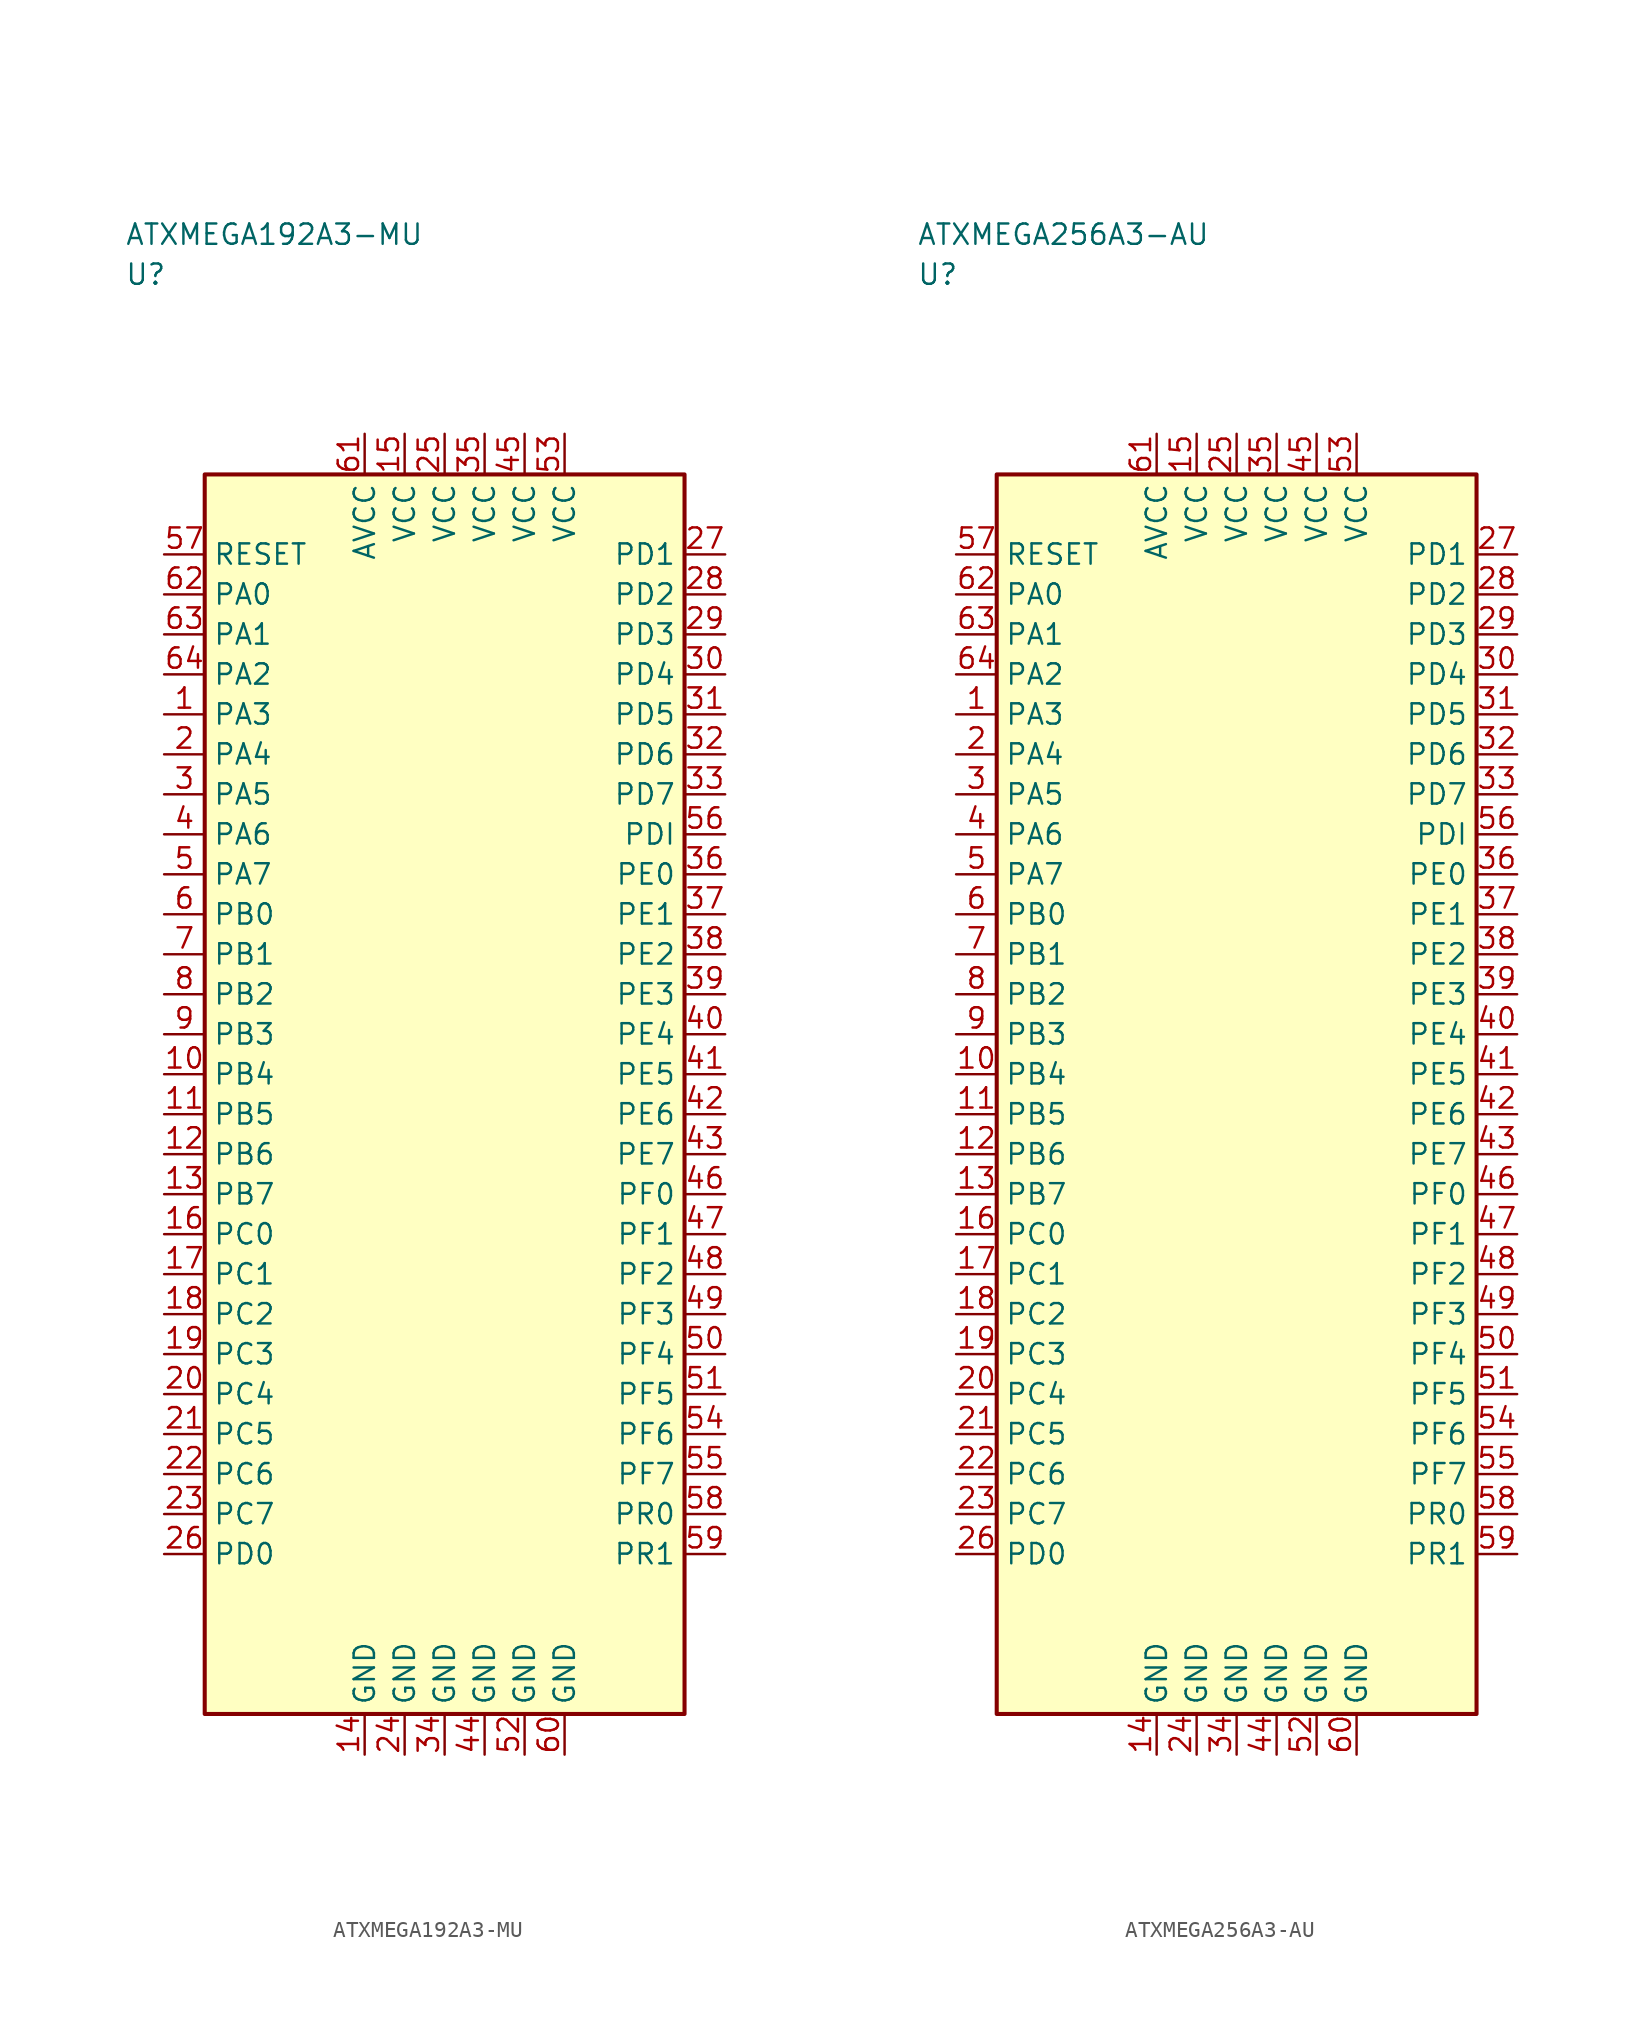
<source format=kicad_sym>
(kicad_symbol_lib
  (version 20241025)
  (generator "kicad_symbol_editor")
  (generator_version "8.0")
  (symbol "ATXMEGA192A3-MU"
    (property "Reference" "U"
      (at -20.0 51.25 0)
      (effects (font (size 1.27 1.27)) (justify left)))
    (property "Value" "ATXMEGA192A3-MU"
      (at -20.0 53.75 0)
      (effects (font (size 1.27 1.27)) (justify left)))
    (symbol "ATXMEGA192A3-MU_0_1"
      (rectangle (start -15.0 38.75) (end 15.0 -38.75) (stroke (width 0.254) (type default)) (fill (type background))))
    (symbol "ATXMEGA192A3-MU_1_1"
      (pin bidirectional line (at -17.54 23.75 0.0) (length 2.54) (name "PA3" (effects (font (size 1.27 1.27)))) (number "1" (effects (font (size 1.27 1.27)))))
      (pin bidirectional line (at -17.54 21.25 0.0) (length 2.54) (name "PA4" (effects (font (size 1.27 1.27)))) (number "2" (effects (font (size 1.27 1.27)))))
      (pin bidirectional line (at -17.54 18.75 0.0) (length 2.54) (name "PA5" (effects (font (size 1.27 1.27)))) (number "3" (effects (font (size 1.27 1.27)))))
      (pin bidirectional line (at -17.54 16.25 0.0) (length 2.54) (name "PA6" (effects (font (size 1.27 1.27)))) (number "4" (effects (font (size 1.27 1.27)))))
      (pin bidirectional line (at -17.54 13.75 0.0) (length 2.54) (name "PA7" (effects (font (size 1.27 1.27)))) (number "5" (effects (font (size 1.27 1.27)))))
      (pin bidirectional line (at -17.54 11.25 0.0) (length 2.54) (name "PB0" (effects (font (size 1.27 1.27)))) (number "6" (effects (font (size 1.27 1.27)))))
      (pin bidirectional line (at -17.54 8.75 0.0) (length 2.54) (name "PB1" (effects (font (size 1.27 1.27)))) (number "7" (effects (font (size 1.27 1.27)))))
      (pin bidirectional line (at -17.54 6.25 0.0) (length 2.54) (name "PB2" (effects (font (size 1.27 1.27)))) (number "8" (effects (font (size 1.27 1.27)))))
      (pin bidirectional line (at -17.54 3.75 0.0) (length 2.54) (name "PB3" (effects (font (size 1.27 1.27)))) (number "9" (effects (font (size 1.27 1.27)))))
      (pin bidirectional line (at -17.54 1.25 0.0) (length 2.54) (name "PB4" (effects (font (size 1.27 1.27)))) (number "10" (effects (font (size 1.27 1.27)))))
      (pin bidirectional line (at -17.54 -1.25 0.0) (length 2.54) (name "PB5" (effects (font (size 1.27 1.27)))) (number "11" (effects (font (size 1.27 1.27)))))
      (pin bidirectional line (at -17.54 -3.75 0.0) (length 2.54) (name "PB6" (effects (font (size 1.27 1.27)))) (number "12" (effects (font (size 1.27 1.27)))))
      (pin bidirectional line (at -17.54 -6.25 0.0) (length 2.54) (name "PB7" (effects (font (size 1.27 1.27)))) (number "13" (effects (font (size 1.27 1.27)))))
      (pin passive line (at -5.0 -41.29 90.0) (length 2.54) (name "GND" (effects (font (size 1.27 1.27)))) (number "14" (effects (font (size 1.27 1.27)))))
      (pin power_in line (at -2.5 41.29 270.0) (length 2.54) (name "VCC" (effects (font (size 1.27 1.27)))) (number "15" (effects (font (size 1.27 1.27)))))
      (pin bidirectional line (at -17.54 -8.75 0.0) (length 2.54) (name "PC0" (effects (font (size 1.27 1.27)))) (number "16" (effects (font (size 1.27 1.27)))))
      (pin bidirectional line (at -17.54 -11.25 0.0) (length 2.54) (name "PC1" (effects (font (size 1.27 1.27)))) (number "17" (effects (font (size 1.27 1.27)))))
      (pin bidirectional line (at -17.54 -13.75 0.0) (length 2.54) (name "PC2" (effects (font (size 1.27 1.27)))) (number "18" (effects (font (size 1.27 1.27)))))
      (pin bidirectional line (at -17.54 -16.25 0.0) (length 2.54) (name "PC3" (effects (font (size 1.27 1.27)))) (number "19" (effects (font (size 1.27 1.27)))))
      (pin bidirectional line (at -17.54 -18.75 0.0) (length 2.54) (name "PC4" (effects (font (size 1.27 1.27)))) (number "20" (effects (font (size 1.27 1.27)))))
      (pin bidirectional line (at -17.54 -21.25 0.0) (length 2.54) (name "PC5" (effects (font (size 1.27 1.27)))) (number "21" (effects (font (size 1.27 1.27)))))
      (pin bidirectional line (at -17.54 -23.75 0.0) (length 2.54) (name "PC6" (effects (font (size 1.27 1.27)))) (number "22" (effects (font (size 1.27 1.27)))))
      (pin bidirectional line (at -17.54 -26.25 0.0) (length 2.54) (name "PC7" (effects (font (size 1.27 1.27)))) (number "23" (effects (font (size 1.27 1.27)))))
      (pin passive line (at -2.5 -41.29 90.0) (length 2.54) (name "GND" (effects (font (size 1.27 1.27)))) (number "24" (effects (font (size 1.27 1.27)))))
      (pin power_in line (at 0.0 41.29 270.0) (length 2.54) (name "VCC" (effects (font (size 1.27 1.27)))) (number "25" (effects (font (size 1.27 1.27)))))
      (pin bidirectional line (at -17.54 -28.75 0.0) (length 2.54) (name "PD0" (effects (font (size 1.27 1.27)))) (number "26" (effects (font (size 1.27 1.27)))))
      (pin bidirectional line (at 17.54 33.75 180.0) (length 2.54) (name "PD1" (effects (font (size 1.27 1.27)))) (number "27" (effects (font (size 1.27 1.27)))))
      (pin bidirectional line (at 17.54 31.25 180.0) (length 2.54) (name "PD2" (effects (font (size 1.27 1.27)))) (number "28" (effects (font (size 1.27 1.27)))))
      (pin bidirectional line (at 17.54 28.75 180.0) (length 2.54) (name "PD3" (effects (font (size 1.27 1.27)))) (number "29" (effects (font (size 1.27 1.27)))))
      (pin bidirectional line (at 17.54 26.25 180.0) (length 2.54) (name "PD4" (effects (font (size 1.27 1.27)))) (number "30" (effects (font (size 1.27 1.27)))))
      (pin bidirectional line (at 17.54 23.75 180.0) (length 2.54) (name "PD5" (effects (font (size 1.27 1.27)))) (number "31" (effects (font (size 1.27 1.27)))))
      (pin bidirectional line (at 17.54 21.25 180.0) (length 2.54) (name "PD6" (effects (font (size 1.27 1.27)))) (number "32" (effects (font (size 1.27 1.27)))))
      (pin bidirectional line (at 17.54 18.75 180.0) (length 2.54) (name "PD7" (effects (font (size 1.27 1.27)))) (number "33" (effects (font (size 1.27 1.27)))))
      (pin passive line (at 0.0 -41.29 90.0) (length 2.54) (name "GND" (effects (font (size 1.27 1.27)))) (number "34" (effects (font (size 1.27 1.27)))))
      (pin power_in line (at 2.5 41.29 270.0) (length 2.54) (name "VCC" (effects (font (size 1.27 1.27)))) (number "35" (effects (font (size 1.27 1.27)))))
      (pin bidirectional line (at 17.54 13.75 180.0) (length 2.54) (name "PE0" (effects (font (size 1.27 1.27)))) (number "36" (effects (font (size 1.27 1.27)))))
      (pin bidirectional line (at 17.54 11.25 180.0) (length 2.54) (name "PE1" (effects (font (size 1.27 1.27)))) (number "37" (effects (font (size 1.27 1.27)))))
      (pin bidirectional line (at 17.54 8.75 180.0) (length 2.54) (name "PE2" (effects (font (size 1.27 1.27)))) (number "38" (effects (font (size 1.27 1.27)))))
      (pin bidirectional line (at 17.54 6.25 180.0) (length 2.54) (name "PE3" (effects (font (size 1.27 1.27)))) (number "39" (effects (font (size 1.27 1.27)))))
      (pin bidirectional line (at 17.54 3.75 180.0) (length 2.54) (name "PE4" (effects (font (size 1.27 1.27)))) (number "40" (effects (font (size 1.27 1.27)))))
      (pin bidirectional line (at 17.54 1.25 180.0) (length 2.54) (name "PE5" (effects (font (size 1.27 1.27)))) (number "41" (effects (font (size 1.27 1.27)))))
      (pin bidirectional line (at 17.54 -1.25 180.0) (length 2.54) (name "PE6" (effects (font (size 1.27 1.27)))) (number "42" (effects (font (size 1.27 1.27)))))
      (pin bidirectional line (at 17.54 -3.75 180.0) (length 2.54) (name "PE7" (effects (font (size 1.27 1.27)))) (number "43" (effects (font (size 1.27 1.27)))))
      (pin passive line (at 2.5 -41.29 90.0) (length 2.54) (name "GND" (effects (font (size 1.27 1.27)))) (number "44" (effects (font (size 1.27 1.27)))))
      (pin power_in line (at 5.0 41.29 270.0) (length 2.54) (name "VCC" (effects (font (size 1.27 1.27)))) (number "45" (effects (font (size 1.27 1.27)))))
      (pin bidirectional line (at 17.54 -6.25 180.0) (length 2.54) (name "PF0" (effects (font (size 1.27 1.27)))) (number "46" (effects (font (size 1.27 1.27)))))
      (pin bidirectional line (at 17.54 -8.75 180.0) (length 2.54) (name "PF1" (effects (font (size 1.27 1.27)))) (number "47" (effects (font (size 1.27 1.27)))))
      (pin bidirectional line (at 17.54 -11.25 180.0) (length 2.54) (name "PF2" (effects (font (size 1.27 1.27)))) (number "48" (effects (font (size 1.27 1.27)))))
      (pin bidirectional line (at 17.54 -13.75 180.0) (length 2.54) (name "PF3" (effects (font (size 1.27 1.27)))) (number "49" (effects (font (size 1.27 1.27)))))
      (pin bidirectional line (at 17.54 -16.25 180.0) (length 2.54) (name "PF4" (effects (font (size 1.27 1.27)))) (number "50" (effects (font (size 1.27 1.27)))))
      (pin bidirectional line (at 17.54 -18.75 180.0) (length 2.54) (name "PF5" (effects (font (size 1.27 1.27)))) (number "51" (effects (font (size 1.27 1.27)))))
      (pin passive line (at 5.0 -41.29 90.0) (length 2.54) (name "GND" (effects (font (size 1.27 1.27)))) (number "52" (effects (font (size 1.27 1.27)))))
      (pin power_in line (at 7.5 41.29 270.0) (length 2.54) (name "VCC" (effects (font (size 1.27 1.27)))) (number "53" (effects (font (size 1.27 1.27)))))
      (pin bidirectional line (at 17.54 -21.25 180.0) (length 2.54) (name "PF6" (effects (font (size 1.27 1.27)))) (number "54" (effects (font (size 1.27 1.27)))))
      (pin bidirectional line (at 17.54 -23.75 180.0) (length 2.54) (name "PF7" (effects (font (size 1.27 1.27)))) (number "55" (effects (font (size 1.27 1.27)))))
      (pin bidirectional line (at 17.54 16.25 180.0) (length 2.54) (name "PDI" (effects (font (size 1.27 1.27)))) (number "56" (effects (font (size 1.27 1.27)))))
      (pin input line (at -17.54 33.75 0.0) (length 2.54) (name "RESET" (effects (font (size 1.27 1.27)))) (number "57" (effects (font (size 1.27 1.27)))))
      (pin bidirectional line (at 17.54 -26.25 180.0) (length 2.54) (name "PR0" (effects (font (size 1.27 1.27)))) (number "58" (effects (font (size 1.27 1.27)))))
      (pin bidirectional line (at 17.54 -28.75 180.0) (length 2.54) (name "PR1" (effects (font (size 1.27 1.27)))) (number "59" (effects (font (size 1.27 1.27)))))
      (pin passive line (at 7.5 -41.29 90.0) (length 2.54) (name "GND" (effects (font (size 1.27 1.27)))) (number "60" (effects (font (size 1.27 1.27)))))
      (pin power_in line (at -5.0 41.29 270.0) (length 2.54) (name "AVCC" (effects (font (size 1.27 1.27)))) (number "61" (effects (font (size 1.27 1.27)))))
      (pin bidirectional line (at -17.54 31.25 0.0) (length 2.54) (name "PA0" (effects (font (size 1.27 1.27)))) (number "62" (effects (font (size 1.27 1.27)))))
      (pin bidirectional line (at -17.54 28.75 0.0) (length 2.54) (name "PA1" (effects (font (size 1.27 1.27)))) (number "63" (effects (font (size 1.27 1.27)))))
      (pin bidirectional line (at -17.54 26.25 0.0) (length 2.54) (name "PA2" (effects (font (size 1.27 1.27)))) (number "64" (effects (font (size 1.27 1.27)))))))
  (symbol "ATXMEGA256A3-AU"
    (property "Reference" "U"
      (at -20.0 51.25 0)
      (effects (font (size 1.27 1.27)) (justify left)))
    (property "Value" "ATXMEGA256A3-AU"
      (at -20.0 53.75 0)
      (effects (font (size 1.27 1.27)) (justify left)))
    (symbol "ATXMEGA256A3-AU_0_1"
      (rectangle (start -15.0 38.75) (end 15.0 -38.75) (stroke (width 0.254) (type default)) (fill (type background))))
    (symbol "ATXMEGA256A3-AU_1_1"
      (pin bidirectional line (at -17.54 23.75 0.0) (length 2.54) (name "PA3" (effects (font (size 1.27 1.27)))) (number "1" (effects (font (size 1.27 1.27)))))
      (pin bidirectional line (at -17.54 21.25 0.0) (length 2.54) (name "PA4" (effects (font (size 1.27 1.27)))) (number "2" (effects (font (size 1.27 1.27)))))
      (pin bidirectional line (at -17.54 18.75 0.0) (length 2.54) (name "PA5" (effects (font (size 1.27 1.27)))) (number "3" (effects (font (size 1.27 1.27)))))
      (pin bidirectional line (at -17.54 16.25 0.0) (length 2.54) (name "PA6" (effects (font (size 1.27 1.27)))) (number "4" (effects (font (size 1.27 1.27)))))
      (pin bidirectional line (at -17.54 13.75 0.0) (length 2.54) (name "PA7" (effects (font (size 1.27 1.27)))) (number "5" (effects (font (size 1.27 1.27)))))
      (pin bidirectional line (at -17.54 11.25 0.0) (length 2.54) (name "PB0" (effects (font (size 1.27 1.27)))) (number "6" (effects (font (size 1.27 1.27)))))
      (pin bidirectional line (at -17.54 8.75 0.0) (length 2.54) (name "PB1" (effects (font (size 1.27 1.27)))) (number "7" (effects (font (size 1.27 1.27)))))
      (pin bidirectional line (at -17.54 6.25 0.0) (length 2.54) (name "PB2" (effects (font (size 1.27 1.27)))) (number "8" (effects (font (size 1.27 1.27)))))
      (pin bidirectional line (at -17.54 3.75 0.0) (length 2.54) (name "PB3" (effects (font (size 1.27 1.27)))) (number "9" (effects (font (size 1.27 1.27)))))
      (pin bidirectional line (at -17.54 1.25 0.0) (length 2.54) (name "PB4" (effects (font (size 1.27 1.27)))) (number "10" (effects (font (size 1.27 1.27)))))
      (pin bidirectional line (at -17.54 -1.25 0.0) (length 2.54) (name "PB5" (effects (font (size 1.27 1.27)))) (number "11" (effects (font (size 1.27 1.27)))))
      (pin bidirectional line (at -17.54 -3.75 0.0) (length 2.54) (name "PB6" (effects (font (size 1.27 1.27)))) (number "12" (effects (font (size 1.27 1.27)))))
      (pin bidirectional line (at -17.54 -6.25 0.0) (length 2.54) (name "PB7" (effects (font (size 1.27 1.27)))) (number "13" (effects (font (size 1.27 1.27)))))
      (pin passive line (at -5.0 -41.29 90.0) (length 2.54) (name "GND" (effects (font (size 1.27 1.27)))) (number "14" (effects (font (size 1.27 1.27)))))
      (pin power_in line (at -2.5 41.29 270.0) (length 2.54) (name "VCC" (effects (font (size 1.27 1.27)))) (number "15" (effects (font (size 1.27 1.27)))))
      (pin bidirectional line (at -17.54 -8.75 0.0) (length 2.54) (name "PC0" (effects (font (size 1.27 1.27)))) (number "16" (effects (font (size 1.27 1.27)))))
      (pin bidirectional line (at -17.54 -11.25 0.0) (length 2.54) (name "PC1" (effects (font (size 1.27 1.27)))) (number "17" (effects (font (size 1.27 1.27)))))
      (pin bidirectional line (at -17.54 -13.75 0.0) (length 2.54) (name "PC2" (effects (font (size 1.27 1.27)))) (number "18" (effects (font (size 1.27 1.27)))))
      (pin bidirectional line (at -17.54 -16.25 0.0) (length 2.54) (name "PC3" (effects (font (size 1.27 1.27)))) (number "19" (effects (font (size 1.27 1.27)))))
      (pin bidirectional line (at -17.54 -18.75 0.0) (length 2.54) (name "PC4" (effects (font (size 1.27 1.27)))) (number "20" (effects (font (size 1.27 1.27)))))
      (pin bidirectional line (at -17.54 -21.25 0.0) (length 2.54) (name "PC5" (effects (font (size 1.27 1.27)))) (number "21" (effects (font (size 1.27 1.27)))))
      (pin bidirectional line (at -17.54 -23.75 0.0) (length 2.54) (name "PC6" (effects (font (size 1.27 1.27)))) (number "22" (effects (font (size 1.27 1.27)))))
      (pin bidirectional line (at -17.54 -26.25 0.0) (length 2.54) (name "PC7" (effects (font (size 1.27 1.27)))) (number "23" (effects (font (size 1.27 1.27)))))
      (pin passive line (at -2.5 -41.29 90.0) (length 2.54) (name "GND" (effects (font (size 1.27 1.27)))) (number "24" (effects (font (size 1.27 1.27)))))
      (pin power_in line (at 0.0 41.29 270.0) (length 2.54) (name "VCC" (effects (font (size 1.27 1.27)))) (number "25" (effects (font (size 1.27 1.27)))))
      (pin bidirectional line (at -17.54 -28.75 0.0) (length 2.54) (name "PD0" (effects (font (size 1.27 1.27)))) (number "26" (effects (font (size 1.27 1.27)))))
      (pin bidirectional line (at 17.54 33.75 180.0) (length 2.54) (name "PD1" (effects (font (size 1.27 1.27)))) (number "27" (effects (font (size 1.27 1.27)))))
      (pin bidirectional line (at 17.54 31.25 180.0) (length 2.54) (name "PD2" (effects (font (size 1.27 1.27)))) (number "28" (effects (font (size 1.27 1.27)))))
      (pin bidirectional line (at 17.54 28.75 180.0) (length 2.54) (name "PD3" (effects (font (size 1.27 1.27)))) (number "29" (effects (font (size 1.27 1.27)))))
      (pin bidirectional line (at 17.54 26.25 180.0) (length 2.54) (name "PD4" (effects (font (size 1.27 1.27)))) (number "30" (effects (font (size 1.27 1.27)))))
      (pin bidirectional line (at 17.54 23.75 180.0) (length 2.54) (name "PD5" (effects (font (size 1.27 1.27)))) (number "31" (effects (font (size 1.27 1.27)))))
      (pin bidirectional line (at 17.54 21.25 180.0) (length 2.54) (name "PD6" (effects (font (size 1.27 1.27)))) (number "32" (effects (font (size 1.27 1.27)))))
      (pin bidirectional line (at 17.54 18.75 180.0) (length 2.54) (name "PD7" (effects (font (size 1.27 1.27)))) (number "33" (effects (font (size 1.27 1.27)))))
      (pin passive line (at 0.0 -41.29 90.0) (length 2.54) (name "GND" (effects (font (size 1.27 1.27)))) (number "34" (effects (font (size 1.27 1.27)))))
      (pin power_in line (at 2.5 41.29 270.0) (length 2.54) (name "VCC" (effects (font (size 1.27 1.27)))) (number "35" (effects (font (size 1.27 1.27)))))
      (pin bidirectional line (at 17.54 13.75 180.0) (length 2.54) (name "PE0" (effects (font (size 1.27 1.27)))) (number "36" (effects (font (size 1.27 1.27)))))
      (pin bidirectional line (at 17.54 11.25 180.0) (length 2.54) (name "PE1" (effects (font (size 1.27 1.27)))) (number "37" (effects (font (size 1.27 1.27)))))
      (pin bidirectional line (at 17.54 8.75 180.0) (length 2.54) (name "PE2" (effects (font (size 1.27 1.27)))) (number "38" (effects (font (size 1.27 1.27)))))
      (pin bidirectional line (at 17.54 6.25 180.0) (length 2.54) (name "PE3" (effects (font (size 1.27 1.27)))) (number "39" (effects (font (size 1.27 1.27)))))
      (pin bidirectional line (at 17.54 3.75 180.0) (length 2.54) (name "PE4" (effects (font (size 1.27 1.27)))) (number "40" (effects (font (size 1.27 1.27)))))
      (pin bidirectional line (at 17.54 1.25 180.0) (length 2.54) (name "PE5" (effects (font (size 1.27 1.27)))) (number "41" (effects (font (size 1.27 1.27)))))
      (pin bidirectional line (at 17.54 -1.25 180.0) (length 2.54) (name "PE6" (effects (font (size 1.27 1.27)))) (number "42" (effects (font (size 1.27 1.27)))))
      (pin bidirectional line (at 17.54 -3.75 180.0) (length 2.54) (name "PE7" (effects (font (size 1.27 1.27)))) (number "43" (effects (font (size 1.27 1.27)))))
      (pin passive line (at 2.5 -41.29 90.0) (length 2.54) (name "GND" (effects (font (size 1.27 1.27)))) (number "44" (effects (font (size 1.27 1.27)))))
      (pin power_in line (at 5.0 41.29 270.0) (length 2.54) (name "VCC" (effects (font (size 1.27 1.27)))) (number "45" (effects (font (size 1.27 1.27)))))
      (pin bidirectional line (at 17.54 -6.25 180.0) (length 2.54) (name "PF0" (effects (font (size 1.27 1.27)))) (number "46" (effects (font (size 1.27 1.27)))))
      (pin bidirectional line (at 17.54 -8.75 180.0) (length 2.54) (name "PF1" (effects (font (size 1.27 1.27)))) (number "47" (effects (font (size 1.27 1.27)))))
      (pin bidirectional line (at 17.54 -11.25 180.0) (length 2.54) (name "PF2" (effects (font (size 1.27 1.27)))) (number "48" (effects (font (size 1.27 1.27)))))
      (pin bidirectional line (at 17.54 -13.75 180.0) (length 2.54) (name "PF3" (effects (font (size 1.27 1.27)))) (number "49" (effects (font (size 1.27 1.27)))))
      (pin bidirectional line (at 17.54 -16.25 180.0) (length 2.54) (name "PF4" (effects (font (size 1.27 1.27)))) (number "50" (effects (font (size 1.27 1.27)))))
      (pin bidirectional line (at 17.54 -18.75 180.0) (length 2.54) (name "PF5" (effects (font (size 1.27 1.27)))) (number "51" (effects (font (size 1.27 1.27)))))
      (pin passive line (at 5.0 -41.29 90.0) (length 2.54) (name "GND" (effects (font (size 1.27 1.27)))) (number "52" (effects (font (size 1.27 1.27)))))
      (pin power_in line (at 7.5 41.29 270.0) (length 2.54) (name "VCC" (effects (font (size 1.27 1.27)))) (number "53" (effects (font (size 1.27 1.27)))))
      (pin bidirectional line (at 17.54 -21.25 180.0) (length 2.54) (name "PF6" (effects (font (size 1.27 1.27)))) (number "54" (effects (font (size 1.27 1.27)))))
      (pin bidirectional line (at 17.54 -23.75 180.0) (length 2.54) (name "PF7" (effects (font (size 1.27 1.27)))) (number "55" (effects (font (size 1.27 1.27)))))
      (pin bidirectional line (at 17.54 16.25 180.0) (length 2.54) (name "PDI" (effects (font (size 1.27 1.27)))) (number "56" (effects (font (size 1.27 1.27)))))
      (pin input line (at -17.54 33.75 0.0) (length 2.54) (name "RESET" (effects (font (size 1.27 1.27)))) (number "57" (effects (font (size 1.27 1.27)))))
      (pin bidirectional line (at 17.54 -26.25 180.0) (length 2.54) (name "PR0" (effects (font (size 1.27 1.27)))) (number "58" (effects (font (size 1.27 1.27)))))
      (pin bidirectional line (at 17.54 -28.75 180.0) (length 2.54) (name "PR1" (effects (font (size 1.27 1.27)))) (number "59" (effects (font (size 1.27 1.27)))))
      (pin passive line (at 7.5 -41.29 90.0) (length 2.54) (name "GND" (effects (font (size 1.27 1.27)))) (number "60" (effects (font (size 1.27 1.27)))))
      (pin power_in line (at -5.0 41.29 270.0) (length 2.54) (name "AVCC" (effects (font (size 1.27 1.27)))) (number "61" (effects (font (size 1.27 1.27)))))
      (pin bidirectional line (at -17.54 31.25 0.0) (length 2.54) (name "PA0" (effects (font (size 1.27 1.27)))) (number "62" (effects (font (size 1.27 1.27)))))
      (pin bidirectional line (at -17.54 28.75 0.0) (length 2.54) (name "PA1" (effects (font (size 1.27 1.27)))) (number "63" (effects (font (size 1.27 1.27)))))
      (pin bidirectional line (at -17.54 26.25 0.0) (length 2.54) (name "PA2" (effects (font (size 1.27 1.27)))) (number "64" (effects (font (size 1.27 1.27))))))))
</source>
